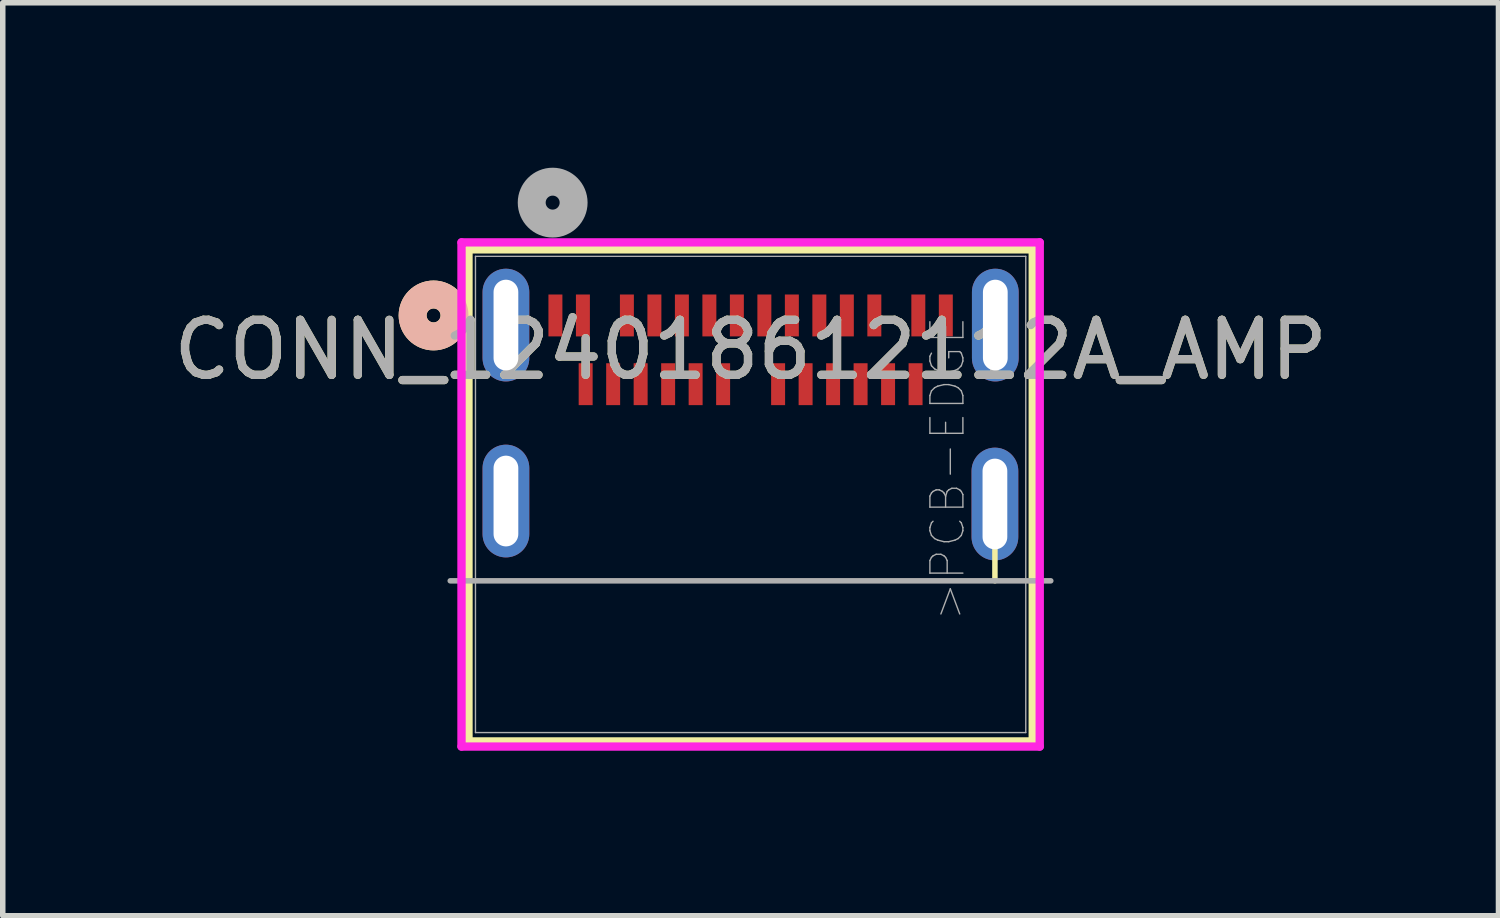
<source format=kicad_pcb>
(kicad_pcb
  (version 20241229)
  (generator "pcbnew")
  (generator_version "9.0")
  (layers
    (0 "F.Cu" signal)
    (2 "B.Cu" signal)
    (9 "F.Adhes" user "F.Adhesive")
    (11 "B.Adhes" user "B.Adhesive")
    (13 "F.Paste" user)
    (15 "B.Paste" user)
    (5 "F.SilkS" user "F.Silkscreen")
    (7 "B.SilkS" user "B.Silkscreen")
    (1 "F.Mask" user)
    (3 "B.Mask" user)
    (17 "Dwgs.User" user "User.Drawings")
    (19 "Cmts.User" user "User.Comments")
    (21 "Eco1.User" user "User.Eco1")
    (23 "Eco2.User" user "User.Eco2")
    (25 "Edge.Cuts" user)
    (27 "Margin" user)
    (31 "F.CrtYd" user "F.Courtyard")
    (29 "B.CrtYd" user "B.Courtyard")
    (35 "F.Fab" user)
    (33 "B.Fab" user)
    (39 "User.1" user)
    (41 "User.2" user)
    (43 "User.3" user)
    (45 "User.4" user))
  (footprint "CONN_124018612112A_AMP"
    (layer "F.Cu")
    (at 7.551 2.687)
    (property "Reference" "CONN_124018612112A_AMP" (at 3.05 0.625 0) (unlocked yes) (layer "F.SilkS") (effects (font (size 1 1) (thickness 0.15))))
    (attr smd)
    (fp_line (start -2.081 -1.202) (end -2.081 7.713) (stroke (width 0.152) (type solid)) (layer "F.SilkS"))
    (fp_line (start -2.081 7.747) (end 8.181 7.747) (stroke (width 0.152) (type solid)) (layer "F.SilkS"))
    (fp_line (start 7.493 3.429) (end 7.493 4.826) (stroke (width 0.1) (type default)) (layer "F.SilkS"))
    (fp_line (start 8.181 -1.202) (end -2.081 -1.202) (stroke (width 0.152) (type solid)) (layer "F.SilkS"))
    (fp_line (start 8.181 7.713) (end 8.181 -1.202) (stroke (width 0.152) (type solid)) (layer "F.SilkS"))
    (fp_circle (center -2.716 0) (end -2.335 0) (stroke (width 0.508) (type solid)) (fill no) (layer "F.SilkS"))
    (fp_circle (center -2.716 0) (end -2.335 0) (stroke (width 0.508) (type solid)) (fill no) (layer "B.SilkS"))
    (fp_line (start -2.208 -1.329) (end -2.208 7.84) (stroke (width 0.152) (type solid)) (layer "F.CrtYd"))
    (fp_line (start -2.208 7.84) (end 8.308 7.84) (stroke (width 0.152) (type solid)) (layer "F.CrtYd"))
    (fp_line (start 8.308 -1.329) (end -2.208 -1.329) (stroke (width 0.152) (type solid)) (layer "F.CrtYd"))
    (fp_line (start 8.308 7.84) (end 8.308 -1.329) (stroke (width 0.152) (type solid)) (layer "F.CrtYd"))
    (fp_line (start -1.954 -1.075) (end -1.954 7.586) (stroke (width 0.025) (type solid)) (layer "F.Fab"))
    (fp_line (start -1.954 7.586) (end 8.054 7.586) (stroke (width 0.025) (type solid)) (layer "F.Fab"))
    (fp_line (start 8.054 -1.075) (end -1.954 -1.075) (stroke (width 0.025) (type solid)) (layer "F.Fab"))
    (fp_line (start 8.054 7.586) (end 8.054 -1.075) (stroke (width 0.025) (type solid)) (layer "F.Fab"))
    (fp_line (start 8.509 4.826) (end -2.413 4.826) (stroke (width 0.1) (type default)) (layer "F.Fab"))
    (fp_circle (center -0.55 -2.052) (end -0.169 -2.052) (stroke (width 0.508) (type solid)) (fill no) (layer "F.Fab"))
    (fp_text user ">PCB-EDGE" (at 6.985 5.588 90) (unlocked yes) (layer "F.Fab") (effects (font (size 0.6 0.6) (thickness 0.025)) (justify left bottom)))
    (fp_text user "${REFERENCE}" (at 3.05 0.625 0) (unlocked yes) (layer "F.Fab") (effects (font (size 1 1) (thickness 0.15))))
    (pad "25" smd rect (at -0.5 0) (size 0.254 0.762) (layers "F.Cu" "F.Mask" "F.Paste"))
    (pad "26" smd rect (at 6.6 0) (size 0.254 0.762) (layers "F.Cu" "F.Mask" "F.Paste"))
    (pad "A1" smd rect (at 0 0) (size 0.254 0.762) (layers "F.Cu" "F.Mask" "F.Paste"))
    (pad "A2" smd rect (at 0.8 0) (size 0.254 0.762) (layers "F.Cu" "F.Mask" "F.Paste"))
    (pad "A3" smd rect (at 1.3 0) (size 0.254 0.762) (layers "F.Cu" "F.Mask" "F.Paste"))
    (pad "A4" smd rect (at 1.8 0) (size 0.254 0.762) (layers "F.Cu" "F.Mask" "F.Paste"))
    (pad "A5" smd rect (at 2.3 0) (size 0.254 0.762) (layers "F.Cu" "F.Mask" "F.Paste"))
    (pad "A6" smd rect (at 2.8 0) (size 0.254 0.762) (layers "F.Cu" "F.Mask" "F.Paste"))
    (pad "A7" smd rect (at 3.3 0) (size 0.254 0.762) (layers "F.Cu" "F.Mask" "F.Paste"))
    (pad "A8" smd rect (at 3.8 0) (size 0.254 0.762) (layers "F.Cu" "F.Mask" "F.Paste"))
    (pad "A9" smd rect (at 4.3 0) (size 0.254 0.762) (layers "F.Cu" "F.Mask" "F.Paste"))
    (pad "A10" smd rect (at 4.8 0) (size 0.254 0.762) (layers "F.Cu" "F.Mask" "F.Paste"))
    (pad "A11" smd rect (at 5.3 0) (size 0.254 0.762) (layers "F.Cu" "F.Mask" "F.Paste"))
    (pad "A12" smd rect (at 6.1 0) (size 0.254 0.762) (layers "F.Cu" "F.Mask" "F.Paste"))
    (pad "B1" smd rect (at 6.05 1.25) (size 0.254 0.762) (layers "F.Cu" "F.Mask" "F.Paste"))
    (pad "B2" smd rect (at 5.55 1.25) (size 0.254 0.762) (layers "F.Cu" "F.Mask" "F.Paste"))
    (pad "B3" smd rect (at 5.05 1.25) (size 0.254 0.762) (layers "F.Cu" "F.Mask" "F.Paste"))
    (pad "B4" smd rect (at 4.55 1.25) (size 0.254 0.762) (layers "F.Cu" "F.Mask" "F.Paste"))
    (pad "B5" smd rect (at 4.05 1.25) (size 0.254 0.762) (layers "F.Cu" "F.Mask" "F.Paste"))
    (pad "B6" smd rect (at 3.55 1.25) (size 0.254 0.762) (layers "F.Cu" "F.Mask" "F.Paste"))
    (pad "B7" smd rect (at 2.55 1.25) (size 0.254 0.762) (layers "F.Cu" "F.Mask" "F.Paste"))
    (pad "B8" smd rect (at 2.05 1.25) (size 0.254 0.762) (layers "F.Cu" "F.Mask" "F.Paste"))
    (pad "B9" smd rect (at 1.55 1.25) (size 0.254 0.762) (layers "F.Cu" "F.Mask" "F.Paste"))
    (pad "B10" smd rect (at 1.05 1.25) (size 0.254 0.762) (layers "F.Cu" "F.Mask" "F.Paste"))
    (pad "B11" smd rect (at 0.55 1.25) (size 0.254 0.762) (layers "F.Cu" "F.Mask" "F.Paste"))
    (pad "B12" smd rect (at 0.05 1.25) (size 0.254 0.762) (layers "F.Cu" "F.Mask" "F.Paste"))
    (pad "S1" thru_hole oval (at 7.5 0.175) (size 0.85 2.05) (drill oval 0.45 1.65) (layers "*.Cu" "*.Mask"))
    (pad "S2" thru_hole oval (at -1.4 0.175) (size 0.85 2.05) (drill oval 0.45 1.65) (layers "*.Cu" "*.Mask"))
    (pad "S3" thru_hole oval (at -1.4 3.375) (size 0.85 2.05) (drill oval 0.45 1.65) (layers "*.Cu" "*.Mask"))
    (pad "S4" thru_hole oval (at 7.493 3.429) (size 0.85 2.05) (drill oval 0.45 1.65) (layers "*.Cu" "*.Mask")))
  (gr_rect
    (start -3 -3)
    (end 24.202 13.604)
    (stroke (width 0.1) (type default))
    (fill no)
    (layer "Edge.Cuts")))
</source>
